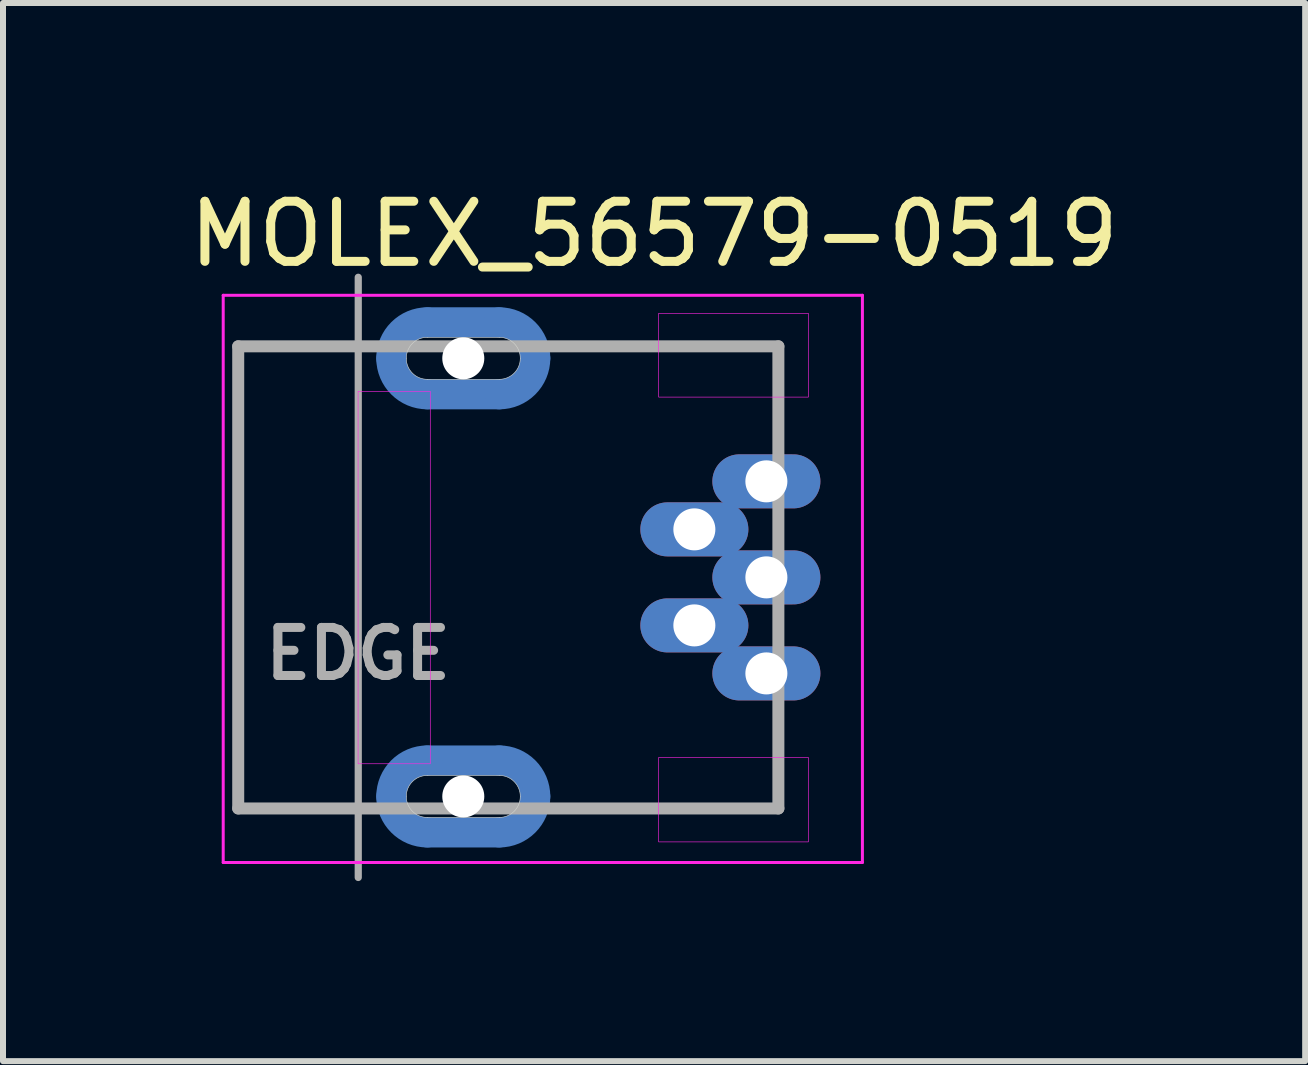
<source format=kicad_pcb>
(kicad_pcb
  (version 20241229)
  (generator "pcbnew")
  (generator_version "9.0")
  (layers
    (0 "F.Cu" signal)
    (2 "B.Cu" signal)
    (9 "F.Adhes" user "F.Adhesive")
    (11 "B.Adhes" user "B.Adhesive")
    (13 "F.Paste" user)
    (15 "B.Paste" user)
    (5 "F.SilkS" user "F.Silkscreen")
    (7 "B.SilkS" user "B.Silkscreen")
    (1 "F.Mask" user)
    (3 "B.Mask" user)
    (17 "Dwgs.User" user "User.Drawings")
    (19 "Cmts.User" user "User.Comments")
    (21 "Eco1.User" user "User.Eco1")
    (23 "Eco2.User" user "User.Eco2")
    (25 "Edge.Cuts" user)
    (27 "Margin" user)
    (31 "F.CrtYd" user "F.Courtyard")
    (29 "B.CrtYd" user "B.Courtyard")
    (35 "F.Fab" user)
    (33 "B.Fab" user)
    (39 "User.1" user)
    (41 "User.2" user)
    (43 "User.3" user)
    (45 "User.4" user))
  (footprint "MOLEX_56579-0519"
    (layer "F.Cu")
    (at 4.669 6.57)
    (property "Reference" "MOLEX_56579-0519" (at 3.179 -5.721 0) (layer "F.SilkS") (effects (font (size 1.001 1.001) (thickness 0.15))))
    (attr through_hole)
    (fp_line (start -0.6 -4.25) (end 0.6 -4.25) (stroke (width 0.6) (type solid)) (layer "F.Mask"))
    (fp_line (start -0.6 3.05) (end 0.6 3.05) (stroke (width 0.6) (type solid)) (layer "F.Mask"))
    (fp_line (start 0.6 -3.05) (end -0.6 -3.05) (stroke (width 0.6) (type solid)) (layer "F.Mask"))
    (fp_line (start 0.6 4.25) (end -0.6 4.25) (stroke (width 0.6) (type solid)) (layer "F.Mask"))
    (fp_arc (start -1.2 -3.65) (mid -1.024264 -4.074264) (end -0.6 -4.25) (stroke (width 0.6) (type solid)) (layer "F.Mask"))
    (fp_arc (start -1.2 3.65) (mid -1.024264 3.225736) (end -0.6 3.05) (stroke (width 0.6) (type solid)) (layer "F.Mask"))
    (fp_arc (start -0.6 -3.05) (mid -1.024264 -3.225736) (end -1.2 -3.65) (stroke (width 0.6) (type solid)) (layer "F.Mask"))
    (fp_arc (start -0.6 4.25) (mid -1.024264 4.074264) (end -1.2 3.65) (stroke (width 0.6) (type solid)) (layer "F.Mask"))
    (fp_arc (start 0.6 -4.25) (mid 1.024264 -4.074264) (end 1.2 -3.65) (stroke (width 0.6) (type solid)) (layer "F.Mask"))
    (fp_arc (start 0.6 3.05) (mid 1.024264 3.225736) (end 1.2 3.65) (stroke (width 0.6) (type solid)) (layer "F.Mask"))
    (fp_arc (start 1.2 -3.65) (mid 1.024264 -3.225736) (end 0.6 -3.05) (stroke (width 0.6) (type solid)) (layer "F.Mask"))
    (fp_arc (start 1.2 3.65) (mid 1.024264 4.074264) (end 0.6 4.25) (stroke (width 0.6) (type solid)) (layer "F.Mask"))
    (fp_poly (pts (xy -1.201 3.05) (xy 1.2 3.05) (xy 1.2 4.254) (xy -1.201 4.254)) (stroke (width 0.01) (type solid)) (fill yes) (layer "F.Mask"))
    (fp_poly (pts (xy -1.201 -4.25) (xy 1.2 -4.25) (xy 1.2 -3.052) (xy -1.201 -3.052)) (stroke (width 0.01) (type solid)) (fill yes) (layer "F.Mask"))
    (fp_line (start -0.6 -4.25) (end 0.6 -4.25) (stroke (width 0.5) (type solid)) (layer "B.Cu"))
    (fp_line (start -0.6 3.05) (end 0.6 3.05) (stroke (width 0.5) (type solid)) (layer "B.Cu"))
    (fp_line (start 0.6 -3.05) (end -0.6 -3.05) (stroke (width 0.5) (type solid)) (layer "B.Cu"))
    (fp_line (start 0.6 4.25) (end -0.6 4.25) (stroke (width 0.5) (type solid)) (layer "B.Cu"))
    (fp_arc (start -1.2 -3.65) (mid -1.024264 -4.074264) (end -0.6 -4.25) (stroke (width 0.5) (type solid)) (layer "B.Cu"))
    (fp_arc (start -1.2 3.65) (mid -1.024264 3.225736) (end -0.6 3.05) (stroke (width 0.5) (type solid)) (layer "B.Cu"))
    (fp_arc (start -0.6 -3.05) (mid -1.024264 -3.225736) (end -1.2 -3.65) (stroke (width 0.5) (type solid)) (layer "B.Cu"))
    (fp_arc (start -0.6 4.25) (mid -1.024264 4.074264) (end -1.2 3.65) (stroke (width 0.5) (type solid)) (layer "B.Cu"))
    (fp_arc (start 0.6 -4.25) (mid 1.024264 -4.074264) (end 1.2 -3.65) (stroke (width 0.5) (type solid)) (layer "B.Cu"))
    (fp_arc (start 0.6 3.05) (mid 1.024264 3.225736) (end 1.2 3.65) (stroke (width 0.5) (type solid)) (layer "B.Cu"))
    (fp_arc (start 1.2 -3.65) (mid 1.024264 -3.225736) (end 0.6 -3.05) (stroke (width 0.5) (type solid)) (layer "B.Cu"))
    (fp_arc (start 1.2 3.65) (mid 1.024264 4.074264) (end 0.6 4.25) (stroke (width 0.5) (type solid)) (layer "B.Cu"))
    (fp_line (start -0.6 -4.25) (end 0.6 -4.25) (stroke (width 0.6) (type solid)) (layer "B.Mask"))
    (fp_line (start -0.6 3.05) (end 0.6 3.05) (stroke (width 0.6) (type solid)) (layer "B.Mask"))
    (fp_line (start 0.6 -3.05) (end -0.6 -3.05) (stroke (width 0.6) (type solid)) (layer "B.Mask"))
    (fp_line (start 0.6 4.25) (end -0.6 4.25) (stroke (width 0.6) (type solid)) (layer "B.Mask"))
    (fp_arc (start -1.2 -3.65) (mid -1.024264 -4.074264) (end -0.6 -4.25) (stroke (width 0.6) (type solid)) (layer "B.Mask"))
    (fp_arc (start -1.2 3.65) (mid -1.024264 3.225736) (end -0.6 3.05) (stroke (width 0.6) (type solid)) (layer "B.Mask"))
    (fp_arc (start -0.6 -3.05) (mid -1.024264 -3.225736) (end -1.2 -3.65) (stroke (width 0.6) (type solid)) (layer "B.Mask"))
    (fp_arc (start -0.6 4.25) (mid -1.024264 4.074264) (end -1.2 3.65) (stroke (width 0.6) (type solid)) (layer "B.Mask"))
    (fp_arc (start 0.6 -4.25) (mid 1.024264 -4.074264) (end 1.2 -3.65) (stroke (width 0.6) (type solid)) (layer "B.Mask"))
    (fp_arc (start 0.6 3.05) (mid 1.024264 3.225736) (end 1.2 3.65) (stroke (width 0.6) (type solid)) (layer "B.Mask"))
    (fp_arc (start 1.2 -3.65) (mid 1.024264 -3.225736) (end 0.6 -3.05) (stroke (width 0.6) (type solid)) (layer "B.Mask"))
    (fp_arc (start 1.2 3.65) (mid 1.024264 4.074264) (end 0.6 4.25) (stroke (width 0.6) (type solid)) (layer "B.Mask"))
    (fp_poly (pts (xy -1.202 3.05) (xy 1.2 3.05) (xy 1.2 4.257) (xy -1.202 4.257)) (stroke (width 0.01) (type solid)) (fill yes) (layer "B.Mask"))
    (fp_poly (pts (xy -1.202 -4.25) (xy 1.2 -4.25) (xy 1.2 -3.054) (xy -1.202 -3.054)) (stroke (width 0.01) (type solid)) (fill yes) (layer "B.Mask"))
    (fp_line (start -0.6 -4.25) (end 0.6 -4.25) (stroke (width 0.5) (type solid)) (layer "B.Paste"))
    (fp_line (start -0.6 3.05) (end 0.6 3.05) (stroke (width 0.5) (type solid)) (layer "B.Paste"))
    (fp_line (start 0.6 -3.05) (end -0.6 -3.05) (stroke (width 0.5) (type solid)) (layer "B.Paste"))
    (fp_line (start 0.6 4.25) (end -0.6 4.25) (stroke (width 0.5) (type solid)) (layer "B.Paste"))
    (fp_arc (start -1.2 -3.65) (mid -1.024264 -4.074264) (end -0.6 -4.25) (stroke (width 0.5) (type solid)) (layer "B.Paste"))
    (fp_arc (start -1.2 3.65) (mid -1.024264 3.225736) (end -0.6 3.05) (stroke (width 0.5) (type solid)) (layer "B.Paste"))
    (fp_arc (start -0.6 -3.05) (mid -1.024264 -3.225736) (end -1.2 -3.65) (stroke (width 0.5) (type solid)) (layer "B.Paste"))
    (fp_arc (start -0.6 4.25) (mid -1.024264 4.074264) (end -1.2 3.65) (stroke (width 0.5) (type solid)) (layer "B.Paste"))
    (fp_arc (start 0.6 -4.25) (mid 1.024264 -4.074264) (end 1.2 -3.65) (stroke (width 0.5) (type solid)) (layer "B.Paste"))
    (fp_arc (start 0.6 3.05) (mid 1.024264 3.225736) (end 1.2 3.65) (stroke (width 0.5) (type solid)) (layer "B.Paste"))
    (fp_arc (start 1.2 -3.65) (mid 1.024264 -3.225736) (end 0.6 -3.05) (stroke (width 0.5) (type solid)) (layer "B.Paste"))
    (fp_arc (start 1.2 3.65) (mid 1.024264 4.074264) (end 0.6 4.25) (stroke (width 0.5) (type solid)) (layer "B.Paste"))
    (fp_line (start -0.6 -3.3) (end 0.6 -3.3) (stroke (width 0.01) (type solid)) (layer "Edge.Cuts"))
    (fp_line (start -0.6 4) (end 0.6 4) (stroke (width 0.01) (type solid)) (layer "Edge.Cuts"))
    (fp_line (start 0.6 -4) (end -0.6 -4) (stroke (width 0.01) (type solid)) (layer "Edge.Cuts"))
    (fp_line (start 0.6 3.3) (end -0.6 3.3) (stroke (width 0.01) (type solid)) (layer "Edge.Cuts"))
    (fp_arc (start -0.95 -3.65) (mid -0.847487 -3.897487) (end -0.6 -4) (stroke (width 0.01) (type solid)) (layer "Edge.Cuts"))
    (fp_arc (start -0.95 3.65) (mid -0.847487 3.402513) (end -0.6 3.3) (stroke (width 0.01) (type solid)) (layer "Edge.Cuts"))
    (fp_arc (start -0.6 -3.3) (mid -0.847487 -3.402513) (end -0.95 -3.65) (stroke (width 0.01) (type solid)) (layer "Edge.Cuts"))
    (fp_arc (start -0.6 4) (mid -0.847487 3.897487) (end -0.95 3.65) (stroke (width 0.01) (type solid)) (layer "Edge.Cuts"))
    (fp_arc (start 0.6 -4) (mid 0.847487 -3.897487) (end 0.95 -3.65) (stroke (width 0.01) (type solid)) (layer "Edge.Cuts"))
    (fp_arc (start 0.6 3.3) (mid 0.847487 3.402513) (end 0.95 3.65) (stroke (width 0.01) (type solid)) (layer "Edge.Cuts"))
    (fp_arc (start 0.95 -3.65) (mid 0.847487 -3.402513) (end 0.6 -3.3) (stroke (width 0.01) (type solid)) (layer "Edge.Cuts"))
    (fp_arc (start 0.95 3.65) (mid 0.847487 3.897487) (end 0.6 4) (stroke (width 0.01) (type solid)) (layer "Edge.Cuts"))
    (fp_line (start -4 -4.7) (end 6.65 -4.7) (stroke (width 0.05) (type solid)) (layer "F.CrtYd"))
    (fp_line (start -4 4.75) (end -4 -4.7) (stroke (width 0.05) (type solid)) (layer "F.CrtYd"))
    (fp_line (start 6.65 -4.7) (end 6.65 4.75) (stroke (width 0.05) (type solid)) (layer "F.CrtYd"))
    (fp_line (start 6.65 4.75) (end -4 4.75) (stroke (width 0.05) (type solid)) (layer "F.CrtYd"))
    (fp_poly (pts (xy -1.753 -3.1) (xy -0.55 -3.1) (xy -0.55 3.106) (xy -1.753 3.106)) (stroke (width 0.01) (type solid)) (fill no) (layer "F.CrtYd"))
    (fp_poly (pts (xy 3.255 -4.4) (xy 5.75 -4.4) (xy 5.75 -3.004) (xy 3.255 -3.004)) (stroke (width 0.01) (type solid)) (fill no) (layer "F.CrtYd"))
    (fp_poly (pts (xy 3.255 3) (xy 5.75 3) (xy 5.75 4.407) (xy 3.255 4.407)) (stroke (width 0.01) (type solid)) (fill no) (layer "F.CrtYd"))
    (fp_line (start -3.75 -3.85) (end 5.25 -3.85) (stroke (width 0.2) (type solid)) (layer "F.Fab"))
    (fp_line (start -3.75 3.85) (end -3.75 -3.85) (stroke (width 0.2) (type solid)) (layer "F.Fab"))
    (fp_line (start -1.75 -5) (end -1.75 5) (stroke (width 0.12) (type solid)) (layer "F.Fab"))
    (fp_line (start 5.25 -3.85) (end 5.25 3.85) (stroke (width 0.2) (type solid)) (layer "F.Fab"))
    (fp_line (start 5.25 3.85) (end -3.75 3.85) (stroke (width 0.2) (type solid)) (layer "F.Fab"))
    (fp_text user "EDGE" (at -1.753 1.272 0) (layer "F.Fab") (effects (font (size 0.801 0.801) (thickness 0.15))))
    (pad "" np_thru_hole circle (at 0 -3.65) (size 0.7 0.7) (drill 0.7) (layers "*.Cu" "*.Mask"))
    (pad "" np_thru_hole circle (at 0 3.65) (size 0.7 0.7) (drill 0.7) (layers "*.Cu" "*.Mask"))
    (pad "1" thru_hole oval (at 5.05 -1.6) (size 1.8 0.9) (drill 0.7) (layers "*.Cu" "*.Mask"))
    (pad "2" thru_hole oval (at 3.85 -0.8) (size 1.8 0.9) (drill 0.7) (layers "*.Cu" "*.Mask"))
    (pad "3" thru_hole oval (at 5.05 0) (size 1.8 0.9) (drill 0.7) (layers "*.Cu" "*.Mask"))
    (pad "4" thru_hole oval (at 3.85 0.8) (size 1.8 0.9) (drill 0.7) (layers "*.Cu" "*.Mask"))
    (pad "5" thru_hole oval (at 5.05 1.6) (size 1.8 0.9) (drill 0.7) (layers "*.Cu" "*.Mask"))
    (zone (net_name "") (layer "F.Cu") (hatch full 0.508) (connect_pads) (min_thickness 0.01) (filled_areas_thickness no) (keepout (tracks not_allowed) (vias not_allowed) (pads not_allowed) (copperpour not_allowed) (footprints allowed)) (placement (enabled no)) (fill) (polygon (pts (xy 2.916 3.47) (xy 4.119 3.47) (xy 4.119 9.676) (xy 2.916 9.676)))))
  (gr_rect
    (start -3 -3)
    (end 18.696 14.63)
    (stroke (width 0.1) (type default))
    (fill no)
    (layer "Edge.Cuts")))
</source>
